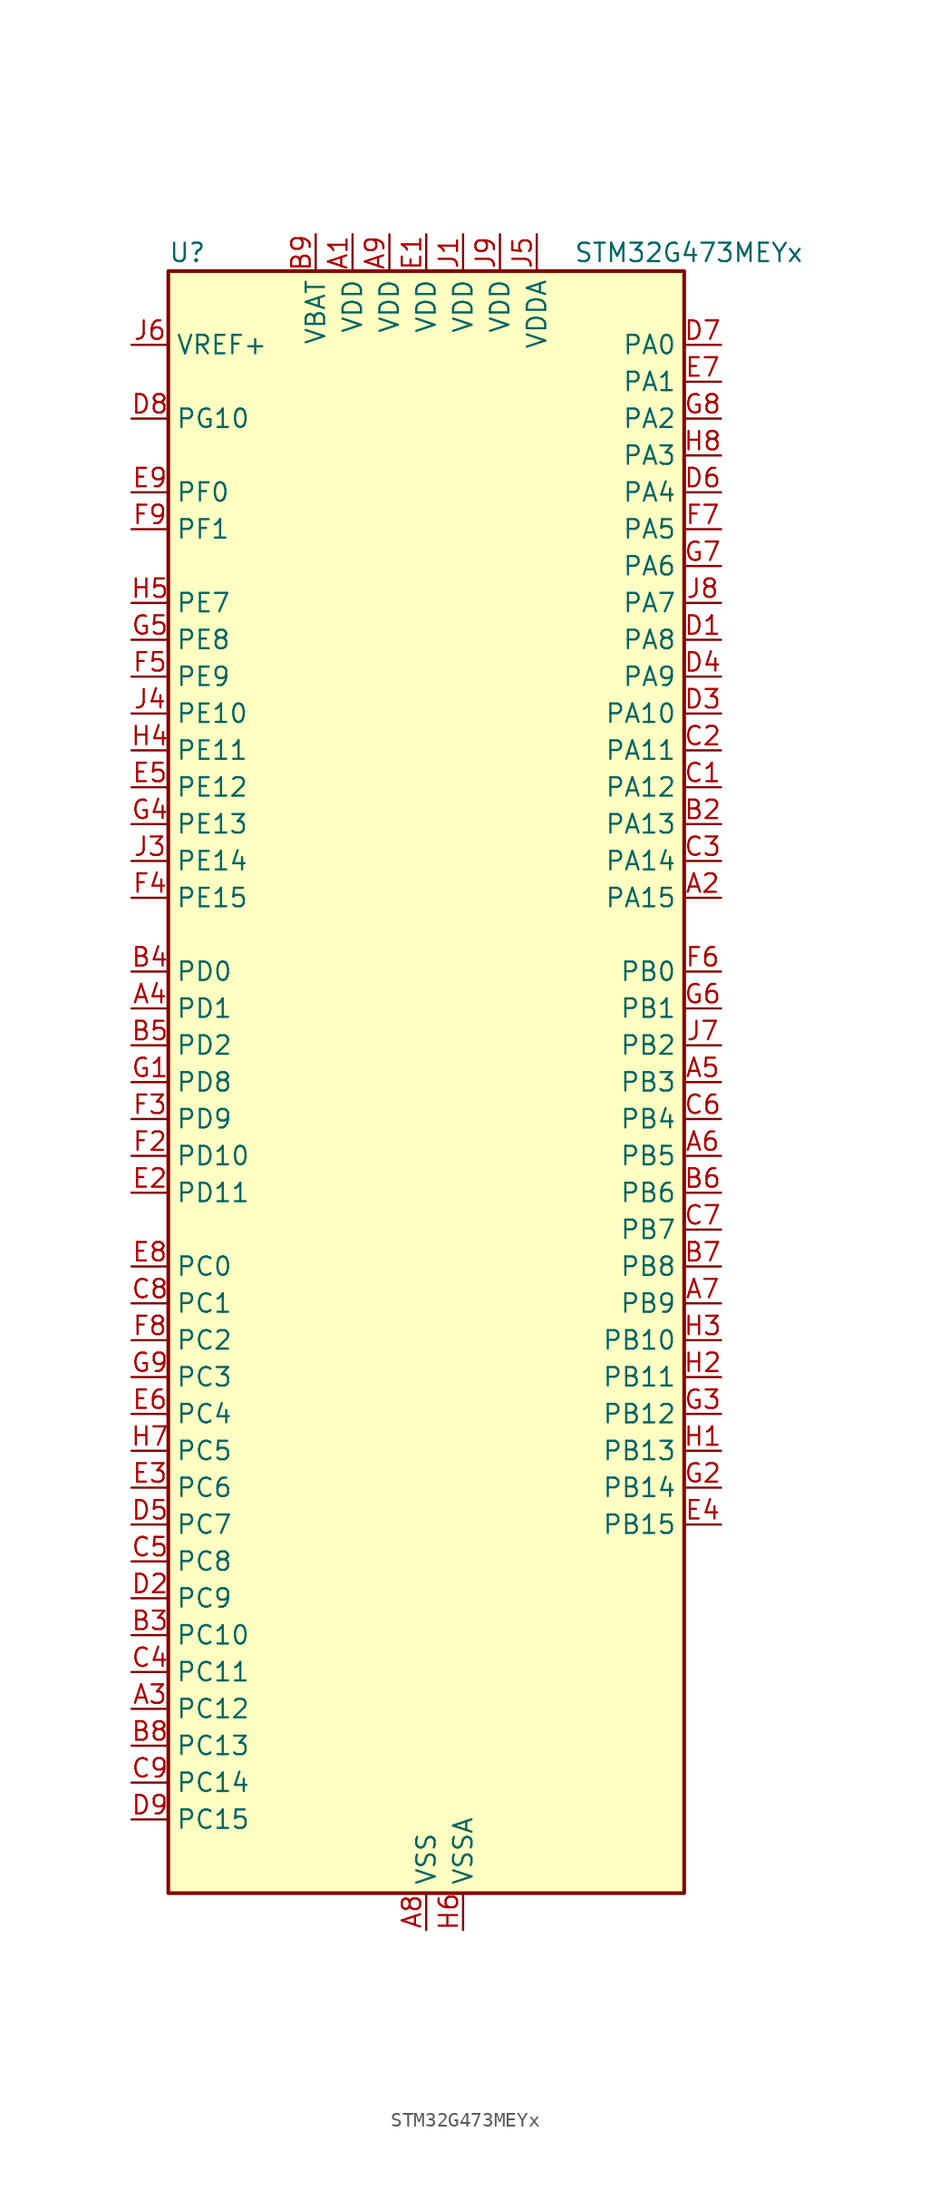
<source format=kicad_sym>
(kicad_symbol_lib
  (version 20241209)
  (generator "kicad_symbol_editor")
  (generator_version "9.0")
  (symbol "STM32G473MEYx"
    (property "Reference" "U"
      (at -17.78 57.15 0)
      (effects (font (size 1.27 1.27)) (justify left)))
    (property "Value" "STM32G473MEYx"
      (at 10.16 57.15 0)
      (effects (font (size 1.27 1.27)) (justify left)))
    (symbol "STM32G473MEYx_0_1"
      (rectangle (start -17.78 -55.88) (end 17.78 55.88) (stroke (width 0.254) (type default)) (fill (type background))))
    (symbol "STM32G473MEYx_1_1"
      (pin input line (at -20.32 50.8 0) (length 2.54) (name "VREF+" (effects (font (size 1.27 1.27)))) (number "J6" (effects (font (size 1.27 1.27)))) (alternate "VREFBUF_OUT" bidirectional line))
      (pin bidirectional line (at -20.32 45.72 0) (length 2.54) (name "PG10" (effects (font (size 1.27 1.27)))) (number "D8" (effects (font (size 1.27 1.27)))) (alternate "DAC1_EXTI10" bidirectional line) (alternate "DAC2_EXTI10" bidirectional line) (alternate "DAC3_EXTI10" bidirectional line) (alternate "DAC4_EXTI10" bidirectional line) (alternate "RCC_MCO" bidirectional line))
      (pin bidirectional line (at -20.32 40.64 0) (length 2.54) (name "PF0" (effects (font (size 1.27 1.27)))) (number "E9" (effects (font (size 1.27 1.27)))) (alternate "ADC1_IN10" bidirectional line) (alternate "I2C2_SDA" bidirectional line) (alternate "I2S2_WS" bidirectional line) (alternate "RCC_OSC_IN" bidirectional line) (alternate "SPI2_NSS" bidirectional line) (alternate "TIM1_CH3N" bidirectional line))
      (pin bidirectional line (at -20.32 38.1 0) (length 2.54) (name "PF1" (effects (font (size 1.27 1.27)))) (number "F9" (effects (font (size 1.27 1.27)))) (alternate "ADC2_IN10" bidirectional line) (alternate "COMP3_INM" bidirectional line) (alternate "I2S2_CK" bidirectional line) (alternate "RCC_OSC_OUT" bidirectional line) (alternate "SPI2_SCK" bidirectional line))
      (pin bidirectional line (at -20.32 33.02 0) (length 2.54) (name "PE7" (effects (font (size 1.27 1.27)))) (number "H5" (effects (font (size 1.27 1.27)))) (alternate "ADC3_IN4" bidirectional line) (alternate "COMP4_INP" bidirectional line) (alternate "SAI1_SD_B" bidirectional line) (alternate "TIM1_ETR" bidirectional line))
      (pin bidirectional line (at -20.32 30.48 0) (length 2.54) (name "PE8" (effects (font (size 1.27 1.27)))) (number "G5" (effects (font (size 1.27 1.27)))) (alternate "ADC3_IN6" bidirectional line) (alternate "ADC4_IN6" bidirectional line) (alternate "ADC5_IN6" bidirectional line) (alternate "COMP4_INM" bidirectional line) (alternate "SAI1_SCK_B" bidirectional line) (alternate "TIM1_CH1N" bidirectional line) (alternate "TIM5_CH3" bidirectional line))
      (pin bidirectional line (at -20.32 27.94 0) (length 2.54) (name "PE9" (effects (font (size 1.27 1.27)))) (number "F5" (effects (font (size 1.27 1.27)))) (alternate "ADC3_IN2" bidirectional line) (alternate "DAC1_EXTI9" bidirectional line) (alternate "DAC2_EXTI9" bidirectional line) (alternate "DAC3_EXTI9" bidirectional line) (alternate "DAC4_EXTI9" bidirectional line) (alternate "SAI1_FS_B" bidirectional line) (alternate "TIM1_CH1" bidirectional line) (alternate "TIM5_CH4" bidirectional line))
      (pin bidirectional line (at -20.32 25.4 0) (length 2.54) (name "PE10" (effects (font (size 1.27 1.27)))) (number "J4" (effects (font (size 1.27 1.27)))) (alternate "ADC3_IN14" bidirectional line) (alternate "ADC4_IN14" bidirectional line) (alternate "ADC5_IN14" bidirectional line) (alternate "DAC1_EXTI10" bidirectional line) (alternate "DAC2_EXTI10" bidirectional line) (alternate "DAC3_EXTI10" bidirectional line) (alternate "DAC4_EXTI10" bidirectional line) (alternate "QUADSPI1_CLK" bidirectional line) (alternate "SAI1_MCLK_B" bidirectional line) (alternate "TIM1_CH2N" bidirectional line))
      (pin bidirectional line (at -20.32 22.86 0) (length 2.54) (name "PE11" (effects (font (size 1.27 1.27)))) (number "H4" (effects (font (size 1.27 1.27)))) (alternate "ADC1_EXTI11" bidirectional line) (alternate "ADC2_EXTI11" bidirectional line) (alternate "ADC3_IN15" bidirectional line) (alternate "ADC4_IN15" bidirectional line) (alternate "ADC5_IN15" bidirectional line) (alternate "QUADSPI1_BK1_NCS" bidirectional line) (alternate "SPI4_NSS" bidirectional line) (alternate "TIM1_CH2" bidirectional line))
      (pin bidirectional line (at -20.32 20.32 0) (length 2.54) (name "PE12" (effects (font (size 1.27 1.27)))) (number "E5" (effects (font (size 1.27 1.27)))) (alternate "ADC3_IN16" bidirectional line) (alternate "ADC4_IN16" bidirectional line) (alternate "ADC5_IN16" bidirectional line) (alternate "QUADSPI1_BK1_IO0" bidirectional line) (alternate "SPI4_SCK" bidirectional line) (alternate "TIM1_CH3N" bidirectional line))
      (pin bidirectional line (at -20.32 17.78 0) (length 2.54) (name "PE13" (effects (font (size 1.27 1.27)))) (number "G4" (effects (font (size 1.27 1.27)))) (alternate "ADC3_IN3" bidirectional line) (alternate "QUADSPI1_BK1_IO1" bidirectional line) (alternate "SPI4_MISO" bidirectional line) (alternate "TIM1_CH3" bidirectional line))
      (pin bidirectional line (at -20.32 15.24 0) (length 2.54) (name "PE14" (effects (font (size 1.27 1.27)))) (number "J3" (effects (font (size 1.27 1.27)))) (alternate "ADC4_IN1" bidirectional line) (alternate "QUADSPI1_BK1_IO2" bidirectional line) (alternate "SPI4_MOSI" bidirectional line) (alternate "TIM1_BKIN2" bidirectional line) (alternate "TIM1_CH4" bidirectional line))
      (pin bidirectional line (at -20.32 12.7 0) (length 2.54) (name "PE15" (effects (font (size 1.27 1.27)))) (number "F4" (effects (font (size 1.27 1.27)))) (alternate "ADC1_EXTI15" bidirectional line) (alternate "ADC2_EXTI15" bidirectional line) (alternate "ADC4_IN2" bidirectional line) (alternate "QUADSPI1_BK1_IO3" bidirectional line) (alternate "TIM1_BKIN" bidirectional line) (alternate "TIM1_CH4N" bidirectional line) (alternate "USART3_RX" bidirectional line))
      (pin bidirectional line (at -20.32 7.62 0) (length 2.54) (name "PD0" (effects (font (size 1.27 1.27)))) (number "B4" (effects (font (size 1.27 1.27)))) (alternate "FDCAN1_RX" bidirectional line) (alternate "TIM8_CH4N" bidirectional line))
      (pin bidirectional line (at -20.32 5.08 0) (length 2.54) (name "PD1" (effects (font (size 1.27 1.27)))) (number "A4" (effects (font (size 1.27 1.27)))) (alternate "FDCAN1_TX" bidirectional line) (alternate "TIM8_BKIN2" bidirectional line) (alternate "TIM8_CH4" bidirectional line))
      (pin bidirectional line (at -20.32 2.54 0) (length 2.54) (name "PD2" (effects (font (size 1.27 1.27)))) (number "B5" (effects (font (size 1.27 1.27)))) (alternate "ADC3_EXTI2" bidirectional line) (alternate "ADC4_EXTI2" bidirectional line) (alternate "ADC5_EXTI2" bidirectional line) (alternate "TIM3_ETR" bidirectional line) (alternate "TIM8_BKIN" bidirectional line) (alternate "UART5_RX" bidirectional line))
      (pin bidirectional line (at -20.32 0 0) (length 2.54) (name "PD8" (effects (font (size 1.27 1.27)))) (number "G1" (effects (font (size 1.27 1.27)))) (alternate "ADC4_IN12" bidirectional line) (alternate "ADC5_IN12" bidirectional line) (alternate "OPAMP4_VINM" bidirectional line) (alternate "OPAMP4_VINM1" bidirectional line) (alternate "OPAMP4_VINM_SEC" bidirectional line) (alternate "USART3_TX" bidirectional line))
      (pin bidirectional line (at -20.32 -2.54 0) (length 2.54) (name "PD9" (effects (font (size 1.27 1.27)))) (number "F3" (effects (font (size 1.27 1.27)))) (alternate "ADC4_IN13" bidirectional line) (alternate "ADC5_IN13" bidirectional line) (alternate "DAC1_EXTI9" bidirectional line) (alternate "DAC2_EXTI9" bidirectional line) (alternate "DAC3_EXTI9" bidirectional line) (alternate "DAC4_EXTI9" bidirectional line) (alternate "OPAMP6_VINP" bidirectional line) (alternate "OPAMP6_VINP_SEC" bidirectional line) (alternate "USART3_RX" bidirectional line))
      (pin bidirectional line (at -20.32 -5.08 0) (length 2.54) (name "PD10" (effects (font (size 1.27 1.27)))) (number "F2" (effects (font (size 1.27 1.27)))) (alternate "ADC3_IN7" bidirectional line) (alternate "ADC4_IN7" bidirectional line) (alternate "ADC5_IN7" bidirectional line) (alternate "COMP6_INM" bidirectional line) (alternate "DAC1_EXTI10" bidirectional line) (alternate "DAC2_EXTI10" bidirectional line) (alternate "DAC3_EXTI10" bidirectional line) (alternate "DAC4_EXTI10" bidirectional line) (alternate "USART3_CK" bidirectional line))
      (pin bidirectional line (at -20.32 -7.62 0) (length 2.54) (name "PD11" (effects (font (size 1.27 1.27)))) (number "E2" (effects (font (size 1.27 1.27)))) (alternate "ADC1_EXTI11" bidirectional line) (alternate "ADC2_EXTI11" bidirectional line) (alternate "ADC3_IN8" bidirectional line) (alternate "ADC4_IN8" bidirectional line) (alternate "ADC5_IN8" bidirectional line) (alternate "COMP6_INP" bidirectional line) (alternate "I2C4_SMBA" bidirectional line) (alternate "OPAMP4_VINP" bidirectional line) (alternate "OPAMP4_VINP_SEC" bidirectional line) (alternate "TIM5_ETR" bidirectional line) (alternate "USART3_CTS" bidirectional line) (alternate "USART3_NSS" bidirectional line))
      (pin bidirectional line (at -20.32 -12.7 0) (length 2.54) (name "PC0" (effects (font (size 1.27 1.27)))) (number "E8" (effects (font (size 1.27 1.27)))) (alternate "ADC1_IN6" bidirectional line) (alternate "ADC2_IN6" bidirectional line) (alternate "COMP3_INM" bidirectional line) (alternate "LPTIM1_IN1" bidirectional line) (alternate "LPUART1_RX" bidirectional line) (alternate "TIM1_CH1" bidirectional line))
      (pin bidirectional line (at -20.32 -15.24 0) (length 2.54) (name "PC1" (effects (font (size 1.27 1.27)))) (number "C8" (effects (font (size 1.27 1.27)))) (alternate "ADC1_IN7" bidirectional line) (alternate "ADC2_IN7" bidirectional line) (alternate "COMP3_INP" bidirectional line) (alternate "LPTIM1_OUT" bidirectional line) (alternate "LPUART1_TX" bidirectional line) (alternate "QUADSPI1_BK2_IO0" bidirectional line) (alternate "SAI1_SD_A" bidirectional line) (alternate "TIM1_CH2" bidirectional line))
      (pin bidirectional line (at -20.32 -17.78 0) (length 2.54) (name "PC2" (effects (font (size 1.27 1.27)))) (number "F8" (effects (font (size 1.27 1.27)))) (alternate "ADC1_IN8" bidirectional line) (alternate "ADC2_IN8" bidirectional line) (alternate "ADC3_EXTI2" bidirectional line) (alternate "ADC4_EXTI2" bidirectional line) (alternate "ADC5_EXTI2" bidirectional line) (alternate "COMP3_OUT" bidirectional line) (alternate "LPTIM1_IN2" bidirectional line) (alternate "QUADSPI1_BK2_IO1" bidirectional line) (alternate "TIM1_CH3" bidirectional line) (alternate "TIM20_CH2" bidirectional line))
      (pin bidirectional line (at -20.32 -20.32 0) (length 2.54) (name "PC3" (effects (font (size 1.27 1.27)))) (number "G9" (effects (font (size 1.27 1.27)))) (alternate "ADC1_IN9" bidirectional line) (alternate "ADC2_IN9" bidirectional line) (alternate "ADC3_EXTI3" bidirectional line) (alternate "ADC4_EXTI3" bidirectional line) (alternate "ADC5_EXTI3" bidirectional line) (alternate "LPTIM1_ETR" bidirectional line) (alternate "OPAMP5_VINP" bidirectional line) (alternate "OPAMP5_VINP_SEC" bidirectional line) (alternate "QUADSPI1_BK2_IO2" bidirectional line) (alternate "SAI1_D1" bidirectional line) (alternate "SAI1_SD_A" bidirectional line) (alternate "TIM1_BKIN2" bidirectional line) (alternate "TIM1_CH4" bidirectional line))
      (pin bidirectional line (at -20.32 -22.86 0) (length 2.54) (name "PC4" (effects (font (size 1.27 1.27)))) (number "E6" (effects (font (size 1.27 1.27)))) (alternate "ADC2_IN5" bidirectional line) (alternate "I2C2_SCL" bidirectional line) (alternate "QUADSPI1_BK2_IO3" bidirectional line) (alternate "TIM1_ETR" bidirectional line) (alternate "USART1_TX" bidirectional line))
      (pin bidirectional line (at -20.32 -25.4 0) (length 2.54) (name "PC5" (effects (font (size 1.27 1.27)))) (number "H7" (effects (font (size 1.27 1.27)))) (alternate "ADC2_IN11" bidirectional line) (alternate "OPAMP1_VINM" bidirectional line) (alternate "OPAMP1_VINM1" bidirectional line) (alternate "OPAMP1_VINM_SEC" bidirectional line) (alternate "OPAMP2_VINM" bidirectional line) (alternate "OPAMP2_VINM1" bidirectional line) (alternate "OPAMP2_VINM_SEC" bidirectional line) (alternate "SAI1_D3" bidirectional line) (alternate "SYS_WKUP5" bidirectional line) (alternate "TIM15_BKIN" bidirectional line) (alternate "TIM1_CH4N" bidirectional line) (alternate "USART1_RX" bidirectional line))
      (pin bidirectional line (at -20.32 -27.94 0) (length 2.54) (name "PC6" (effects (font (size 1.27 1.27)))) (number "E3" (effects (font (size 1.27 1.27)))) (alternate "COMP6_OUT" bidirectional line) (alternate "I2C4_SCL" bidirectional line) (alternate "I2S2_MCK" bidirectional line) (alternate "TIM3_CH1" bidirectional line) (alternate "TIM8_CH1" bidirectional line))
      (pin bidirectional line (at -20.32 -30.48 0) (length 2.54) (name "PC7" (effects (font (size 1.27 1.27)))) (number "D5" (effects (font (size 1.27 1.27)))) (alternate "COMP5_OUT" bidirectional line) (alternate "I2C4_SDA" bidirectional line) (alternate "I2S3_MCK" bidirectional line) (alternate "TIM3_CH2" bidirectional line) (alternate "TIM8_CH2" bidirectional line))
      (pin bidirectional line (at -20.32 -33.02 0) (length 2.54) (name "PC8" (effects (font (size 1.27 1.27)))) (number "C5" (effects (font (size 1.27 1.27)))) (alternate "COMP7_OUT" bidirectional line) (alternate "I2C3_SCL" bidirectional line) (alternate "TIM20_CH3" bidirectional line) (alternate "TIM3_CH3" bidirectional line) (alternate "TIM8_CH3" bidirectional line))
      (pin bidirectional line (at -20.32 -35.56 0) (length 2.54) (name "PC9" (effects (font (size 1.27 1.27)))) (number "D2" (effects (font (size 1.27 1.27)))) (alternate "DAC1_EXTI9" bidirectional line) (alternate "DAC2_EXTI9" bidirectional line) (alternate "DAC3_EXTI9" bidirectional line) (alternate "DAC4_EXTI9" bidirectional line) (alternate "I2C3_SDA" bidirectional line) (alternate "I2S_CKIN" bidirectional line) (alternate "TIM3_CH4" bidirectional line) (alternate "TIM8_BKIN2" bidirectional line) (alternate "TIM8_CH4" bidirectional line))
      (pin bidirectional line (at -20.32 -38.1 0) (length 2.54) (name "PC10" (effects (font (size 1.27 1.27)))) (number "B3" (effects (font (size 1.27 1.27)))) (alternate "DAC1_EXTI10" bidirectional line) (alternate "DAC2_EXTI10" bidirectional line) (alternate "DAC3_EXTI10" bidirectional line) (alternate "DAC4_EXTI10" bidirectional line) (alternate "I2S3_CK" bidirectional line) (alternate "SPI3_SCK" bidirectional line) (alternate "TIM8_CH1N" bidirectional line) (alternate "UART4_TX" bidirectional line) (alternate "USART3_TX" bidirectional line))
      (pin bidirectional line (at -20.32 -40.64 0) (length 2.54) (name "PC11" (effects (font (size 1.27 1.27)))) (number "C4" (effects (font (size 1.27 1.27)))) (alternate "ADC1_EXTI11" bidirectional line) (alternate "ADC2_EXTI11" bidirectional line) (alternate "I2C3_SDA" bidirectional line) (alternate "SPI3_MISO" bidirectional line) (alternate "TIM8_CH2N" bidirectional line) (alternate "UART4_RX" bidirectional line) (alternate "USART3_RX" bidirectional line))
      (pin bidirectional line (at -20.32 -43.18 0) (length 2.54) (name "PC12" (effects (font (size 1.27 1.27)))) (number "A3" (effects (font (size 1.27 1.27)))) (alternate "I2S3_SD" bidirectional line) (alternate "SPI3_MOSI" bidirectional line) (alternate "TIM5_CH2" bidirectional line) (alternate "TIM8_CH3N" bidirectional line) (alternate "UART5_TX" bidirectional line) (alternate "UCPD1_FRSTX1" bidirectional line) (alternate "UCPD1_FRSTX2" bidirectional line) (alternate "USART3_CK" bidirectional line))
      (pin bidirectional line (at -20.32 -45.72 0) (length 2.54) (name "PC13" (effects (font (size 1.27 1.27)))) (number "B8" (effects (font (size 1.27 1.27)))) (alternate "RTC_OUT1" bidirectional line) (alternate "RTC_TAMP1" bidirectional line) (alternate "RTC_TS" bidirectional line) (alternate "SYS_WKUP2" bidirectional line) (alternate "TIM1_BKIN" bidirectional line) (alternate "TIM1_CH1N" bidirectional line) (alternate "TIM8_CH4N" bidirectional line))
      (pin bidirectional line (at -20.32 -48.26 0) (length 2.54) (name "PC14" (effects (font (size 1.27 1.27)))) (number "C9" (effects (font (size 1.27 1.27)))) (alternate "RCC_OSC32_IN" bidirectional line))
      (pin bidirectional line (at -20.32 -50.8 0) (length 2.54) (name "PC15" (effects (font (size 1.27 1.27)))) (number "D9" (effects (font (size 1.27 1.27)))) (alternate "ADC1_EXTI15" bidirectional line) (alternate "ADC2_EXTI15" bidirectional line) (alternate "RCC_OSC32_OUT" bidirectional line))
      (pin power_in line (at -7.62 58.42 270) (length 2.54) (name "VBAT" (effects (font (size 1.27 1.27)))) (number "B9" (effects (font (size 1.27 1.27)))))
      (pin power_in line (at -5.08 58.42 270) (length 2.54) (name "VDD" (effects (font (size 1.27 1.27)))) (number "A1" (effects (font (size 1.27 1.27)))))
      (pin power_in line (at -2.54 58.42 270) (length 2.54) (name "VDD" (effects (font (size 1.27 1.27)))) (number "A9" (effects (font (size 1.27 1.27)))))
      (pin power_in line (at 0 58.42 270) (length 2.54) (name "VDD" (effects (font (size 1.27 1.27)))) (number "E1" (effects (font (size 1.27 1.27)))))
      (pin power_in line (at 0 -58.42 90) (length 2.54) (name "VSS" (effects (font (size 1.27 1.27)))) (number "A8" (effects (font (size 1.27 1.27)))))
      (pin passive line (at 0 -58.42 90) (length 2.54) (hide yes) (name "VSS" (effects (font (size 1.27 1.27)))) (number "B1" (effects (font (size 1.27 1.27)))))
      (pin passive line (at 0 -58.42 90) (length 2.54) (hide yes) (name "VSS" (effects (font (size 1.27 1.27)))) (number "F1" (effects (font (size 1.27 1.27)))))
      (pin passive line (at 0 -58.42 90) (length 2.54) (hide yes) (name "VSS" (effects (font (size 1.27 1.27)))) (number "H9" (effects (font (size 1.27 1.27)))))
      (pin passive line (at 0 -58.42 90) (length 2.54) (hide yes) (name "VSS" (effects (font (size 1.27 1.27)))) (number "J2" (effects (font (size 1.27 1.27)))))
      (pin power_in line (at 2.54 58.42 270) (length 2.54) (name "VDD" (effects (font (size 1.27 1.27)))) (number "J1" (effects (font (size 1.27 1.27)))))
      (pin power_in line (at 2.54 -58.42 90) (length 2.54) (name "VSSA" (effects (font (size 1.27 1.27)))) (number "H6" (effects (font (size 1.27 1.27)))))
      (pin power_in line (at 5.08 58.42 270) (length 2.54) (name "VDD" (effects (font (size 1.27 1.27)))) (number "J9" (effects (font (size 1.27 1.27)))))
      (pin power_in line (at 7.62 58.42 270) (length 2.54) (name "VDDA" (effects (font (size 1.27 1.27)))) (number "J5" (effects (font (size 1.27 1.27)))))
      (pin bidirectional line (at 20.32 50.8 180) (length 2.54) (name "PA0" (effects (font (size 1.27 1.27)))) (number "D7" (effects (font (size 1.27 1.27)))) (alternate "ADC1_IN1" bidirectional line) (alternate "ADC2_IN1" bidirectional line) (alternate "COMP1_INM" bidirectional line) (alternate "COMP1_OUT" bidirectional line) (alternate "COMP3_INP" bidirectional line) (alternate "RTC_TAMP2" bidirectional line) (alternate "SYS_WKUP1" bidirectional line) (alternate "TIM2_CH1" bidirectional line) (alternate "TIM2_ETR" bidirectional line) (alternate "TIM5_CH1" bidirectional line) (alternate "TIM8_BKIN" bidirectional line) (alternate "TIM8_ETR" bidirectional line) (alternate "USART2_CTS" bidirectional line) (alternate "USART2_NSS" bidirectional line))
      (pin bidirectional line (at 20.32 48.26 180) (length 2.54) (name "PA1" (effects (font (size 1.27 1.27)))) (number "E7" (effects (font (size 1.27 1.27)))) (alternate "ADC1_IN2" bidirectional line) (alternate "ADC2_IN2" bidirectional line) (alternate "COMP1_INP" bidirectional line) (alternate "OPAMP1_VINP" bidirectional line) (alternate "OPAMP1_VINP_SEC" bidirectional line) (alternate "OPAMP3_VINP" bidirectional line) (alternate "OPAMP3_VINP_SEC" bidirectional line) (alternate "OPAMP6_VINM" bidirectional line) (alternate "OPAMP6_VINM0" bidirectional line) (alternate "OPAMP6_VINM_SEC" bidirectional line) (alternate "RTC_REFIN" bidirectional line) (alternate "TIM15_CH1N" bidirectional line) (alternate "TIM2_CH2" bidirectional line) (alternate "TIM5_CH2" bidirectional line) (alternate "USART2_DE" bidirectional line) (alternate "USART2_RTS" bidirectional line))
      (pin bidirectional line (at 20.32 45.72 180) (length 2.54) (name "PA2" (effects (font (size 1.27 1.27)))) (number "G8" (effects (font (size 1.27 1.27)))) (alternate "ADC1_IN3" bidirectional line) (alternate "ADC3_EXTI2" bidirectional line) (alternate "ADC4_EXTI2" bidirectional line) (alternate "ADC5_EXTI2" bidirectional line) (alternate "COMP2_INM" bidirectional line) (alternate "COMP2_OUT" bidirectional line) (alternate "LPUART1_TX" bidirectional line) (alternate "OPAMP1_VOUT" bidirectional line) (alternate "QUADSPI1_BK1_NCS" bidirectional line) (alternate "RCC_LSCO" bidirectional line) (alternate "SYS_WKUP4" bidirectional line) (alternate "TIM15_CH1" bidirectional line) (alternate "TIM2_CH3" bidirectional line) (alternate "TIM5_CH3" bidirectional line) (alternate "UCPD1_FRSTX1" bidirectional line) (alternate "UCPD1_FRSTX2" bidirectional line) (alternate "USART2_TX" bidirectional line))
      (pin bidirectional line (at 20.32 43.18 180) (length 2.54) (name "PA3" (effects (font (size 1.27 1.27)))) (number "H8" (effects (font (size 1.27 1.27)))) (alternate "ADC1_IN4" bidirectional line) (alternate "ADC3_EXTI3" bidirectional line) (alternate "ADC4_EXTI3" bidirectional line) (alternate "ADC5_EXTI3" bidirectional line) (alternate "COMP2_INP" bidirectional line) (alternate "LPUART1_RX" bidirectional line) (alternate "OPAMP1_VINM" bidirectional line) (alternate "OPAMP1_VINM0" bidirectional line) (alternate "OPAMP1_VINM_SEC" bidirectional line) (alternate "OPAMP1_VINP" bidirectional line) (alternate "OPAMP1_VINP_SEC" bidirectional line) (alternate "OPAMP5_VINM" bidirectional line) (alternate "OPAMP5_VINM1" bidirectional line) (alternate "OPAMP5_VINM_SEC" bidirectional line) (alternate "QUADSPI1_CLK" bidirectional line) (alternate "SAI1_CK1" bidirectional line) (alternate "SAI1_MCLK_A" bidirectional line) (alternate "TIM15_CH2" bidirectional line) (alternate "TIM2_CH4" bidirectional line) (alternate "TIM5_CH4" bidirectional line) (alternate "USART2_RX" bidirectional line))
      (pin bidirectional line (at 20.32 40.64 180) (length 2.54) (name "PA4" (effects (font (size 1.27 1.27)))) (number "D6" (effects (font (size 1.27 1.27)))) (alternate "ADC2_IN17" bidirectional line) (alternate "COMP1_INM" bidirectional line) (alternate "DAC1_OUT1" bidirectional line) (alternate "I2S3_WS" bidirectional line) (alternate "SAI1_FS_B" bidirectional line) (alternate "SPI1_NSS" bidirectional line) (alternate "SPI3_NSS" bidirectional line) (alternate "TIM3_CH2" bidirectional line) (alternate "USART2_CK" bidirectional line))
      (pin bidirectional line (at 20.32 38.1 180) (length 2.54) (name "PA5" (effects (font (size 1.27 1.27)))) (number "F7" (effects (font (size 1.27 1.27)))) (alternate "ADC2_IN13" bidirectional line) (alternate "COMP2_INM" bidirectional line) (alternate "DAC1_OUT2" bidirectional line) (alternate "OPAMP2_VINM" bidirectional line) (alternate "OPAMP2_VINM0" bidirectional line) (alternate "OPAMP2_VINM_SEC" bidirectional line) (alternate "SPI1_SCK" bidirectional line) (alternate "TIM2_CH1" bidirectional line) (alternate "TIM2_ETR" bidirectional line) (alternate "UCPD1_FRSTX1" bidirectional line) (alternate "UCPD1_FRSTX2" bidirectional line))
      (pin bidirectional line (at 20.32 35.56 180) (length 2.54) (name "PA6" (effects (font (size 1.27 1.27)))) (number "G7" (effects (font (size 1.27 1.27)))) (alternate "ADC2_IN3" bidirectional line) (alternate "COMP1_OUT" bidirectional line) (alternate "DAC2_OUT1" bidirectional line) (alternate "LPUART1_CTS" bidirectional line) (alternate "OPAMP2_VOUT" bidirectional line) (alternate "QUADSPI1_BK1_IO3" bidirectional line) (alternate "SPI1_MISO" bidirectional line) (alternate "TIM16_CH1" bidirectional line) (alternate "TIM1_BKIN" bidirectional line) (alternate "TIM3_CH1" bidirectional line) (alternate "TIM8_BKIN" bidirectional line))
      (pin bidirectional line (at 20.32 33.02 180) (length 2.54) (name "PA7" (effects (font (size 1.27 1.27)))) (number "J8" (effects (font (size 1.27 1.27)))) (alternate "ADC2_IN4" bidirectional line) (alternate "COMP2_INP" bidirectional line) (alternate "COMP2_OUT" bidirectional line) (alternate "OPAMP1_VINP" bidirectional line) (alternate "OPAMP1_VINP_SEC" bidirectional line) (alternate "OPAMP2_VINP" bidirectional line) (alternate "OPAMP2_VINP_SEC" bidirectional line) (alternate "QUADSPI1_BK1_IO2" bidirectional line) (alternate "SPI1_MOSI" bidirectional line) (alternate "TIM17_CH1" bidirectional line) (alternate "TIM1_CH1N" bidirectional line) (alternate "TIM3_CH2" bidirectional line) (alternate "TIM8_CH1N" bidirectional line) (alternate "UCPD1_FRSTX1" bidirectional line) (alternate "UCPD1_FRSTX2" bidirectional line))
      (pin bidirectional line (at 20.32 30.48 180) (length 2.54) (name "PA8" (effects (font (size 1.27 1.27)))) (number "D1" (effects (font (size 1.27 1.27)))) (alternate "ADC5_IN1" bidirectional line) (alternate "COMP7_OUT" bidirectional line) (alternate "FDCAN3_RX" bidirectional line) (alternate "I2C2_SDA" bidirectional line) (alternate "I2C3_SCL" bidirectional line) (alternate "I2S2_MCK" bidirectional line) (alternate "OPAMP5_VOUT" bidirectional line) (alternate "RCC_MCO" bidirectional line) (alternate "SAI1_CK2" bidirectional line) (alternate "SAI1_SCK_A" bidirectional line) (alternate "TIM1_CH1" bidirectional line) (alternate "TIM4_ETR" bidirectional line) (alternate "USART1_CK" bidirectional line))
      (pin bidirectional line (at 20.32 27.94 180) (length 2.54) (name "PA9" (effects (font (size 1.27 1.27)))) (number "D4" (effects (font (size 1.27 1.27)))) (alternate "ADC5_IN2" bidirectional line) (alternate "COMP5_OUT" bidirectional line) (alternate "DAC1_EXTI9" bidirectional line) (alternate "DAC2_EXTI9" bidirectional line) (alternate "DAC3_EXTI9" bidirectional line) (alternate "DAC4_EXTI9" bidirectional line) (alternate "I2C2_SCL" bidirectional line) (alternate "I2C3_SMBA" bidirectional line) (alternate "I2S3_MCK" bidirectional line) (alternate "SAI1_FS_A" bidirectional line) (alternate "TIM15_BKIN" bidirectional line) (alternate "TIM1_CH2" bidirectional line) (alternate "TIM2_CH3" bidirectional line) (alternate "UCPD1_DBCC1" bidirectional line) (alternate "USART1_TX" bidirectional line))
      (pin bidirectional line (at 20.32 25.4 180) (length 2.54) (name "PA10" (effects (font (size 1.27 1.27)))) (number "D3" (effects (font (size 1.27 1.27)))) (alternate "COMP6_OUT" bidirectional line) (alternate "CRS_SYNC" bidirectional line) (alternate "DAC1_EXTI10" bidirectional line) (alternate "DAC2_EXTI10" bidirectional line) (alternate "DAC3_EXTI10" bidirectional line) (alternate "DAC4_EXTI10" bidirectional line) (alternate "I2C2_SMBA" bidirectional line) (alternate "SAI1_D1" bidirectional line) (alternate "SAI1_SD_A" bidirectional line) (alternate "SPI2_MISO" bidirectional line) (alternate "TIM17_BKIN" bidirectional line) (alternate "TIM1_CH3" bidirectional line) (alternate "TIM2_CH4" bidirectional line) (alternate "TIM8_BKIN" bidirectional line) (alternate "UCPD1_DBCC2" bidirectional line) (alternate "USART1_RX" bidirectional line))
      (pin bidirectional line (at 20.32 22.86 180) (length 2.54) (name "PA11" (effects (font (size 1.27 1.27)))) (number "C2" (effects (font (size 1.27 1.27)))) (alternate "ADC1_EXTI11" bidirectional line) (alternate "ADC2_EXTI11" bidirectional line) (alternate "COMP1_OUT" bidirectional line) (alternate "FDCAN1_RX" bidirectional line) (alternate "I2S2_SD" bidirectional line) (alternate "SPI2_MOSI" bidirectional line) (alternate "TIM1_BKIN2" bidirectional line) (alternate "TIM1_CH1N" bidirectional line) (alternate "TIM1_CH4" bidirectional line) (alternate "TIM4_CH1" bidirectional line) (alternate "USART1_CTS" bidirectional line) (alternate "USART1_NSS" bidirectional line) (alternate "USB_DM" bidirectional line))
      (pin bidirectional line (at 20.32 20.32 180) (length 2.54) (name "PA12" (effects (font (size 1.27 1.27)))) (number "C1" (effects (font (size 1.27 1.27)))) (alternate "COMP2_OUT" bidirectional line) (alternate "FDCAN1_TX" bidirectional line) (alternate "I2S_CKIN" bidirectional line) (alternate "TIM16_CH1" bidirectional line) (alternate "TIM1_CH2N" bidirectional line) (alternate "TIM1_ETR" bidirectional line) (alternate "TIM4_CH2" bidirectional line) (alternate "USART1_DE" bidirectional line) (alternate "USART1_RTS" bidirectional line) (alternate "USB_DP" bidirectional line))
      (pin bidirectional line (at 20.32 17.78 180) (length 2.54) (name "PA13" (effects (font (size 1.27 1.27)))) (number "B2" (effects (font (size 1.27 1.27)))) (alternate "I2C1_SCL" bidirectional line) (alternate "I2C4_SCL" bidirectional line) (alternate "IR_OUT" bidirectional line) (alternate "SAI1_SD_B" bidirectional line) (alternate "SYS_JTMS-SWDIO" bidirectional line) (alternate "TIM16_CH1N" bidirectional line) (alternate "TIM4_CH3" bidirectional line) (alternate "USART3_CTS" bidirectional line) (alternate "USART3_NSS" bidirectional line))
      (pin bidirectional line (at 20.32 15.24 180) (length 2.54) (name "PA14" (effects (font (size 1.27 1.27)))) (number "C3" (effects (font (size 1.27 1.27)))) (alternate "I2C1_SDA" bidirectional line) (alternate "I2C4_SMBA" bidirectional line) (alternate "LPTIM1_OUT" bidirectional line) (alternate "SAI1_FS_B" bidirectional line) (alternate "SYS_JTCK-SWCLK" bidirectional line) (alternate "TIM1_BKIN" bidirectional line) (alternate "TIM8_CH2" bidirectional line) (alternate "USART2_TX" bidirectional line))
      (pin bidirectional line (at 20.32 12.7 180) (length 2.54) (name "PA15" (effects (font (size 1.27 1.27)))) (number "A2" (effects (font (size 1.27 1.27)))) (alternate "ADC1_EXTI15" bidirectional line) (alternate "ADC2_EXTI15" bidirectional line) (alternate "FDCAN3_TX" bidirectional line) (alternate "I2C1_SCL" bidirectional line) (alternate "I2S3_WS" bidirectional line) (alternate "SPI1_NSS" bidirectional line) (alternate "SPI3_NSS" bidirectional line) (alternate "SYS_JTDI" bidirectional line) (alternate "TIM1_BKIN" bidirectional line) (alternate "TIM2_CH1" bidirectional line) (alternate "TIM2_ETR" bidirectional line) (alternate "TIM8_CH1" bidirectional line) (alternate "UART4_DE" bidirectional line) (alternate "UART4_RTS" bidirectional line) (alternate "USART2_RX" bidirectional line))
      (pin bidirectional line (at 20.32 7.62 180) (length 2.54) (name "PB0" (effects (font (size 1.27 1.27)))) (number "F6" (effects (font (size 1.27 1.27)))) (alternate "ADC1_IN15" bidirectional line) (alternate "ADC3_IN12" bidirectional line) (alternate "COMP4_INP" bidirectional line) (alternate "OPAMP2_VINP" bidirectional line) (alternate "OPAMP2_VINP_SEC" bidirectional line) (alternate "OPAMP3_VINP" bidirectional line) (alternate "OPAMP3_VINP_SEC" bidirectional line) (alternate "QUADSPI1_BK1_IO1" bidirectional line) (alternate "TIM1_CH2N" bidirectional line) (alternate "TIM3_CH3" bidirectional line) (alternate "TIM8_CH2N" bidirectional line) (alternate "UCPD1_FRSTX1" bidirectional line) (alternate "UCPD1_FRSTX2" bidirectional line))
      (pin bidirectional line (at 20.32 5.08 180) (length 2.54) (name "PB1" (effects (font (size 1.27 1.27)))) (number "G6" (effects (font (size 1.27 1.27)))) (alternate "ADC1_IN12" bidirectional line) (alternate "ADC3_IN1" bidirectional line) (alternate "COMP1_INP" bidirectional line) (alternate "COMP4_OUT" bidirectional line) (alternate "LPUART1_DE" bidirectional line) (alternate "LPUART1_RTS" bidirectional line) (alternate "OPAMP3_VOUT" bidirectional line) (alternate "OPAMP6_VINM" bidirectional line) (alternate "OPAMP6_VINM1" bidirectional line) (alternate "OPAMP6_VINM_SEC" bidirectional line) (alternate "QUADSPI1_BK1_IO0" bidirectional line) (alternate "TIM1_CH3N" bidirectional line) (alternate "TIM3_CH4" bidirectional line) (alternate "TIM8_CH3N" bidirectional line))
      (pin bidirectional line (at 20.32 2.54 180) (length 2.54) (name "PB2" (effects (font (size 1.27 1.27)))) (number "J7" (effects (font (size 1.27 1.27)))) (alternate "ADC2_IN12" bidirectional line) (alternate "ADC3_EXTI2" bidirectional line) (alternate "ADC4_EXTI2" bidirectional line) (alternate "ADC5_EXTI2" bidirectional line) (alternate "COMP4_INM" bidirectional line) (alternate "I2C3_SMBA" bidirectional line) (alternate "LPTIM1_OUT" bidirectional line) (alternate "OPAMP3_VINM" bidirectional line) (alternate "OPAMP3_VINM0" bidirectional line) (alternate "OPAMP3_VINM_SEC" bidirectional line) (alternate "QUADSPI1_BK2_IO1" bidirectional line) (alternate "RTC_OUT2" bidirectional line) (alternate "TIM20_CH1" bidirectional line) (alternate "TIM5_CH1" bidirectional line))
      (pin bidirectional line (at 20.32 0 180) (length 2.54) (name "PB3" (effects (font (size 1.27 1.27)))) (number "A5" (effects (font (size 1.27 1.27)))) (alternate "ADC3_EXTI3" bidirectional line) (alternate "ADC4_EXTI3" bidirectional line) (alternate "ADC5_EXTI3" bidirectional line) (alternate "CRS_SYNC" bidirectional line) (alternate "FDCAN3_RX" bidirectional line) (alternate "I2S3_CK" bidirectional line) (alternate "SAI1_SCK_B" bidirectional line) (alternate "SPI1_SCK" bidirectional line) (alternate "SPI3_SCK" bidirectional line) (alternate "SYS_JTDO-SWO" bidirectional line) (alternate "TIM2_CH2" bidirectional line) (alternate "TIM3_ETR" bidirectional line) (alternate "TIM4_ETR" bidirectional line) (alternate "TIM8_CH1N" bidirectional line) (alternate "USART2_TX" bidirectional line))
      (pin bidirectional line (at 20.32 -2.54 180) (length 2.54) (name "PB4" (effects (font (size 1.27 1.27)))) (number "C6" (effects (font (size 1.27 1.27)))) (alternate "FDCAN3_TX" bidirectional line) (alternate "SAI1_MCLK_B" bidirectional line) (alternate "SPI1_MISO" bidirectional line) (alternate "SPI3_MISO" bidirectional line) (alternate "SYS_JTRST" bidirectional line) (alternate "TIM16_CH1" bidirectional line) (alternate "TIM17_BKIN" bidirectional line) (alternate "TIM3_CH1" bidirectional line) (alternate "TIM8_CH2N" bidirectional line) (alternate "UART5_DE" bidirectional line) (alternate "UART5_RTS" bidirectional line) (alternate "UCPD1_CC2" bidirectional line) (alternate "USART2_RX" bidirectional line))
      (pin bidirectional line (at 20.32 -5.08 180) (length 2.54) (name "PB5" (effects (font (size 1.27 1.27)))) (number "A6" (effects (font (size 1.27 1.27)))) (alternate "FDCAN2_RX" bidirectional line) (alternate "I2C1_SMBA" bidirectional line) (alternate "I2C3_SDA" bidirectional line) (alternate "I2S3_SD" bidirectional line) (alternate "LPTIM1_IN1" bidirectional line) (alternate "SAI1_SD_B" bidirectional line) (alternate "SPI1_MOSI" bidirectional line) (alternate "SPI3_MOSI" bidirectional line) (alternate "TIM16_BKIN" bidirectional line) (alternate "TIM17_CH1" bidirectional line) (alternate "TIM3_CH2" bidirectional line) (alternate "TIM8_CH3N" bidirectional line) (alternate "UART5_CTS" bidirectional line) (alternate "USART2_CK" bidirectional line))
      (pin bidirectional line (at 20.32 -7.62 180) (length 2.54) (name "PB6" (effects (font (size 1.27 1.27)))) (number "B6" (effects (font (size 1.27 1.27)))) (alternate "COMP4_OUT" bidirectional line) (alternate "FDCAN2_TX" bidirectional line) (alternate "LPTIM1_ETR" bidirectional line) (alternate "SAI1_FS_B" bidirectional line) (alternate "TIM16_CH1N" bidirectional line) (alternate "TIM4_CH1" bidirectional line) (alternate "TIM8_BKIN2" bidirectional line) (alternate "TIM8_CH1" bidirectional line) (alternate "TIM8_ETR" bidirectional line) (alternate "UCPD1_CC1" bidirectional line) (alternate "USART1_TX" bidirectional line))
      (pin bidirectional line (at 20.32 -10.16 180) (length 2.54) (name "PB7" (effects (font (size 1.27 1.27)))) (number "C7" (effects (font (size 1.27 1.27)))) (alternate "COMP3_OUT" bidirectional line) (alternate "I2C1_SDA" bidirectional line) (alternate "I2C4_SDA" bidirectional line) (alternate "LPTIM1_IN2" bidirectional line) (alternate "SYS_PVD_IN" bidirectional line) (alternate "TIM17_CH1N" bidirectional line) (alternate "TIM3_CH4" bidirectional line) (alternate "TIM4_CH2" bidirectional line) (alternate "TIM8_BKIN" bidirectional line) (alternate "UART4_CTS" bidirectional line) (alternate "USART1_RX" bidirectional line))
      (pin bidirectional line (at 20.32 -12.7 180) (length 2.54) (name "PB8" (effects (font (size 1.27 1.27)))) (number "B7" (effects (font (size 1.27 1.27)))) (alternate "COMP1_OUT" bidirectional line) (alternate "FDCAN1_RX" bidirectional line) (alternate "I2C1_SCL" bidirectional line) (alternate "SAI1_CK1" bidirectional line) (alternate "SAI1_MCLK_A" bidirectional line) (alternate "TIM16_CH1" bidirectional line) (alternate "TIM1_BKIN" bidirectional line) (alternate "TIM4_CH3" bidirectional line) (alternate "TIM8_CH2" bidirectional line) (alternate "USART3_RX" bidirectional line))
      (pin bidirectional line (at 20.32 -15.24 180) (length 2.54) (name "PB9" (effects (font (size 1.27 1.27)))) (number "A7" (effects (font (size 1.27 1.27)))) (alternate "COMP2_OUT" bidirectional line) (alternate "DAC1_EXTI9" bidirectional line) (alternate "DAC2_EXTI9" bidirectional line) (alternate "DAC3_EXTI9" bidirectional line) (alternate "DAC4_EXTI9" bidirectional line) (alternate "FDCAN1_TX" bidirectional line) (alternate "I2C1_SDA" bidirectional line) (alternate "IR_OUT" bidirectional line) (alternate "SAI1_D2" bidirectional line) (alternate "SAI1_FS_A" bidirectional line) (alternate "TIM17_CH1" bidirectional line) (alternate "TIM1_CH3N" bidirectional line) (alternate "TIM4_CH4" bidirectional line) (alternate "TIM8_CH3" bidirectional line) (alternate "USART3_TX" bidirectional line))
      (pin bidirectional line (at 20.32 -17.78 180) (length 2.54) (name "PB10" (effects (font (size 1.27 1.27)))) (number "H3" (effects (font (size 1.27 1.27)))) (alternate "COMP5_INM" bidirectional line) (alternate "DAC1_EXTI10" bidirectional line) (alternate "DAC2_EXTI10" bidirectional line) (alternate "DAC3_EXTI10" bidirectional line) (alternate "DAC4_EXTI10" bidirectional line) (alternate "LPUART1_RX" bidirectional line) (alternate "OPAMP3_VINM" bidirectional line) (alternate "OPAMP3_VINM1" bidirectional line) (alternate "OPAMP3_VINM_SEC" bidirectional line) (alternate "OPAMP4_VINM" bidirectional line) (alternate "OPAMP4_VINM0" bidirectional line) (alternate "OPAMP4_VINM_SEC" bidirectional line) (alternate "QUADSPI1_CLK" bidirectional line) (alternate "SAI1_SCK_A" bidirectional line) (alternate "TIM1_BKIN" bidirectional line) (alternate "TIM2_CH3" bidirectional line) (alternate "USART3_TX" bidirectional line))
      (pin bidirectional line (at 20.32 -20.32 180) (length 2.54) (name "PB11" (effects (font (size 1.27 1.27)))) (number "H2" (effects (font (size 1.27 1.27)))) (alternate "ADC1_EXTI11" bidirectional line) (alternate "ADC1_IN14" bidirectional line) (alternate "ADC2_EXTI11" bidirectional line) (alternate "ADC2_IN14" bidirectional line) (alternate "COMP6_INP" bidirectional line) (alternate "LPUART1_TX" bidirectional line) (alternate "OPAMP4_VINP" bidirectional line) (alternate "OPAMP4_VINP_SEC" bidirectional line) (alternate "OPAMP6_VOUT" bidirectional line) (alternate "QUADSPI1_BK1_NCS" bidirectional line) (alternate "TIM2_CH4" bidirectional line) (alternate "USART3_RX" bidirectional line))
      (pin bidirectional line (at 20.32 -22.86 180) (length 2.54) (name "PB12" (effects (font (size 1.27 1.27)))) (number "G3" (effects (font (size 1.27 1.27)))) (alternate "ADC1_IN11" bidirectional line) (alternate "ADC4_IN3" bidirectional line) (alternate "COMP7_INM" bidirectional line) (alternate "FDCAN2_RX" bidirectional line) (alternate "I2C2_SMBA" bidirectional line) (alternate "I2S2_WS" bidirectional line) (alternate "LPUART1_DE" bidirectional line) (alternate "LPUART1_RTS" bidirectional line) (alternate "OPAMP4_VOUT" bidirectional line) (alternate "OPAMP6_VINP" bidirectional line) (alternate "OPAMP6_VINP_SEC" bidirectional line) (alternate "SPI2_NSS" bidirectional line) (alternate "TIM1_BKIN" bidirectional line) (alternate "TIM5_ETR" bidirectional line) (alternate "USART3_CK" bidirectional line))
      (pin bidirectional line (at 20.32 -25.4 180) (length 2.54) (name "PB13" (effects (font (size 1.27 1.27)))) (number "H1" (effects (font (size 1.27 1.27)))) (alternate "ADC3_IN5" bidirectional line) (alternate "COMP5_INP" bidirectional line) (alternate "FDCAN2_TX" bidirectional line) (alternate "I2S2_CK" bidirectional line) (alternate "LPUART1_CTS" bidirectional line) (alternate "OPAMP3_VINP" bidirectional line) (alternate "OPAMP3_VINP_SEC" bidirectional line) (alternate "OPAMP4_VINP" bidirectional line) (alternate "OPAMP4_VINP_SEC" bidirectional line) (alternate "OPAMP6_VINP" bidirectional line) (alternate "OPAMP6_VINP_SEC" bidirectional line) (alternate "SPI2_SCK" bidirectional line) (alternate "TIM1_CH1N" bidirectional line) (alternate "USART3_CTS" bidirectional line) (alternate "USART3_NSS" bidirectional line))
      (pin bidirectional line (at 20.32 -27.94 180) (length 2.54) (name "PB14" (effects (font (size 1.27 1.27)))) (number "G2" (effects (font (size 1.27 1.27)))) (alternate "ADC1_IN5" bidirectional line) (alternate "ADC4_IN4" bidirectional line) (alternate "COMP4_OUT" bidirectional line) (alternate "COMP7_INP" bidirectional line) (alternate "OPAMP2_VINP" bidirectional line) (alternate "OPAMP2_VINP_SEC" bidirectional line) (alternate "OPAMP5_VINP" bidirectional line) (alternate "OPAMP5_VINP_SEC" bidirectional line) (alternate "SPI2_MISO" bidirectional line) (alternate "TIM15_CH1" bidirectional line) (alternate "TIM1_CH2N" bidirectional line) (alternate "USART3_DE" bidirectional line) (alternate "USART3_RTS" bidirectional line))
      (pin bidirectional line (at 20.32 -30.48 180) (length 2.54) (name "PB15" (effects (font (size 1.27 1.27)))) (number "E4" (effects (font (size 1.27 1.27)))) (alternate "ADC1_EXTI15" bidirectional line) (alternate "ADC2_EXTI15" bidirectional line) (alternate "ADC2_IN15" bidirectional line) (alternate "ADC4_IN5" bidirectional line) (alternate "COMP3_OUT" bidirectional line) (alternate "COMP6_INM" bidirectional line) (alternate "I2S2_SD" bidirectional line) (alternate "OPAMP5_VINM" bidirectional line) (alternate "OPAMP5_VINM0" bidirectional line) (alternate "OPAMP5_VINM_SEC" bidirectional line) (alternate "RTC_REFIN" bidirectional line) (alternate "SPI2_MOSI" bidirectional line) (alternate "TIM15_CH1N" bidirectional line) (alternate "TIM15_CH2" bidirectional line) (alternate "TIM1_CH3N" bidirectional line)))))
</source>
